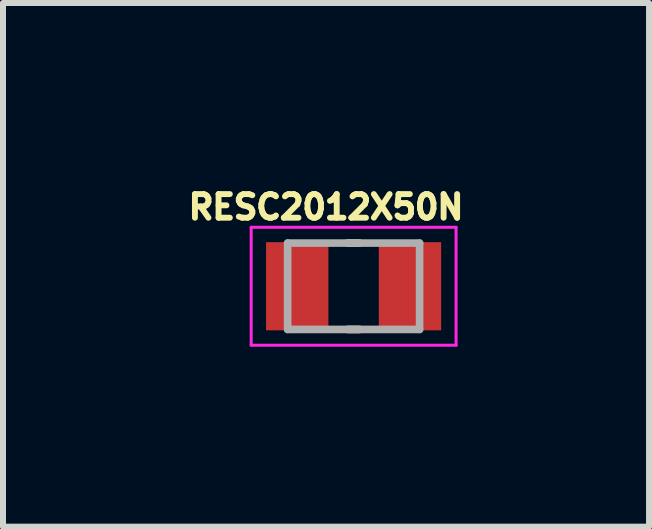
<source format=kicad_pcb>
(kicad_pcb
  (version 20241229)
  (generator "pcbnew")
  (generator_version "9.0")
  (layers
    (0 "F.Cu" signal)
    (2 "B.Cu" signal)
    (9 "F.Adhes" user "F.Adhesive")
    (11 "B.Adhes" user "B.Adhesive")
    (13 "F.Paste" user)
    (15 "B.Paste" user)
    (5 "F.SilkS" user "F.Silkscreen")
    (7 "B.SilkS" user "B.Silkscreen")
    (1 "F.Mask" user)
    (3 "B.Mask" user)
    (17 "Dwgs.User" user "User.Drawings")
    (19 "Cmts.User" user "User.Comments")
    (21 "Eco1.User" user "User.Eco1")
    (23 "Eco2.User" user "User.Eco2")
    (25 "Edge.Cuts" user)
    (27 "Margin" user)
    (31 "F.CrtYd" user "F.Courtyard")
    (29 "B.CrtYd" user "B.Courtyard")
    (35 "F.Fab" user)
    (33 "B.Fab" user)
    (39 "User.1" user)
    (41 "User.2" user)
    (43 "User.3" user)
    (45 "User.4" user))
  (footprint "RESC2012X50N"
    (layer "F.Cu")
    (at 2.846 1.723)
    (property "Reference" "RESC2012X50N" (at -0.46 -1.32 0) (layer "F.SilkS") (effects (font (size 0.394 0.394) (thickness 0.15))))
    (attr smd)
    (fp_line (start -0.1 -0.72) (end 0.1 -0.72) (stroke (width 0.127) (type solid)) (layer "F.SilkS"))
    (fp_line (start -0.1 0.72) (end 0.1 0.72) (stroke (width 0.127) (type solid)) (layer "F.SilkS"))
    (fp_line (start -1.708 -0.983) (end 1.708 -0.983) (stroke (width 0.05) (type solid)) (layer "F.CrtYd"))
    (fp_line (start -1.708 0.983) (end -1.708 -0.983) (stroke (width 0.05) (type solid)) (layer "F.CrtYd"))
    (fp_line (start -1.708 0.983) (end 1.708 0.983) (stroke (width 0.05) (type solid)) (layer "F.CrtYd"))
    (fp_line (start 1.708 0.983) (end 1.708 -0.983) (stroke (width 0.05) (type solid)) (layer "F.CrtYd"))
    (fp_line (start -1.1 0.72) (end -1.1 -0.72) (stroke (width 0.127) (type solid)) (layer "F.Fab"))
    (fp_line (start 1.1 -0.72) (end -1.1 -0.72) (stroke (width 0.127) (type solid)) (layer "F.Fab"))
    (fp_line (start 1.1 0.72) (end -1.1 0.72) (stroke (width 0.127) (type solid)) (layer "F.Fab"))
    (fp_line (start 1.1 0.72) (end 1.1 -0.72) (stroke (width 0.127) (type solid)) (layer "F.Fab"))
    (pad "1" smd rect (at -0.94 0) (size 1.04 1.47) (layers "F.Cu" "F.Mask" "F.Paste"))
    (pad "2" smd rect (at 0.94 0) (size 1.04 1.47) (layers "F.Cu" "F.Mask" "F.Paste")))
  (gr_rect
    (start -3 -3)
    (end 7.772 5.731)
    (stroke (width 0.1) (type default))
    (fill no)
    (layer "Edge.Cuts")))
</source>
